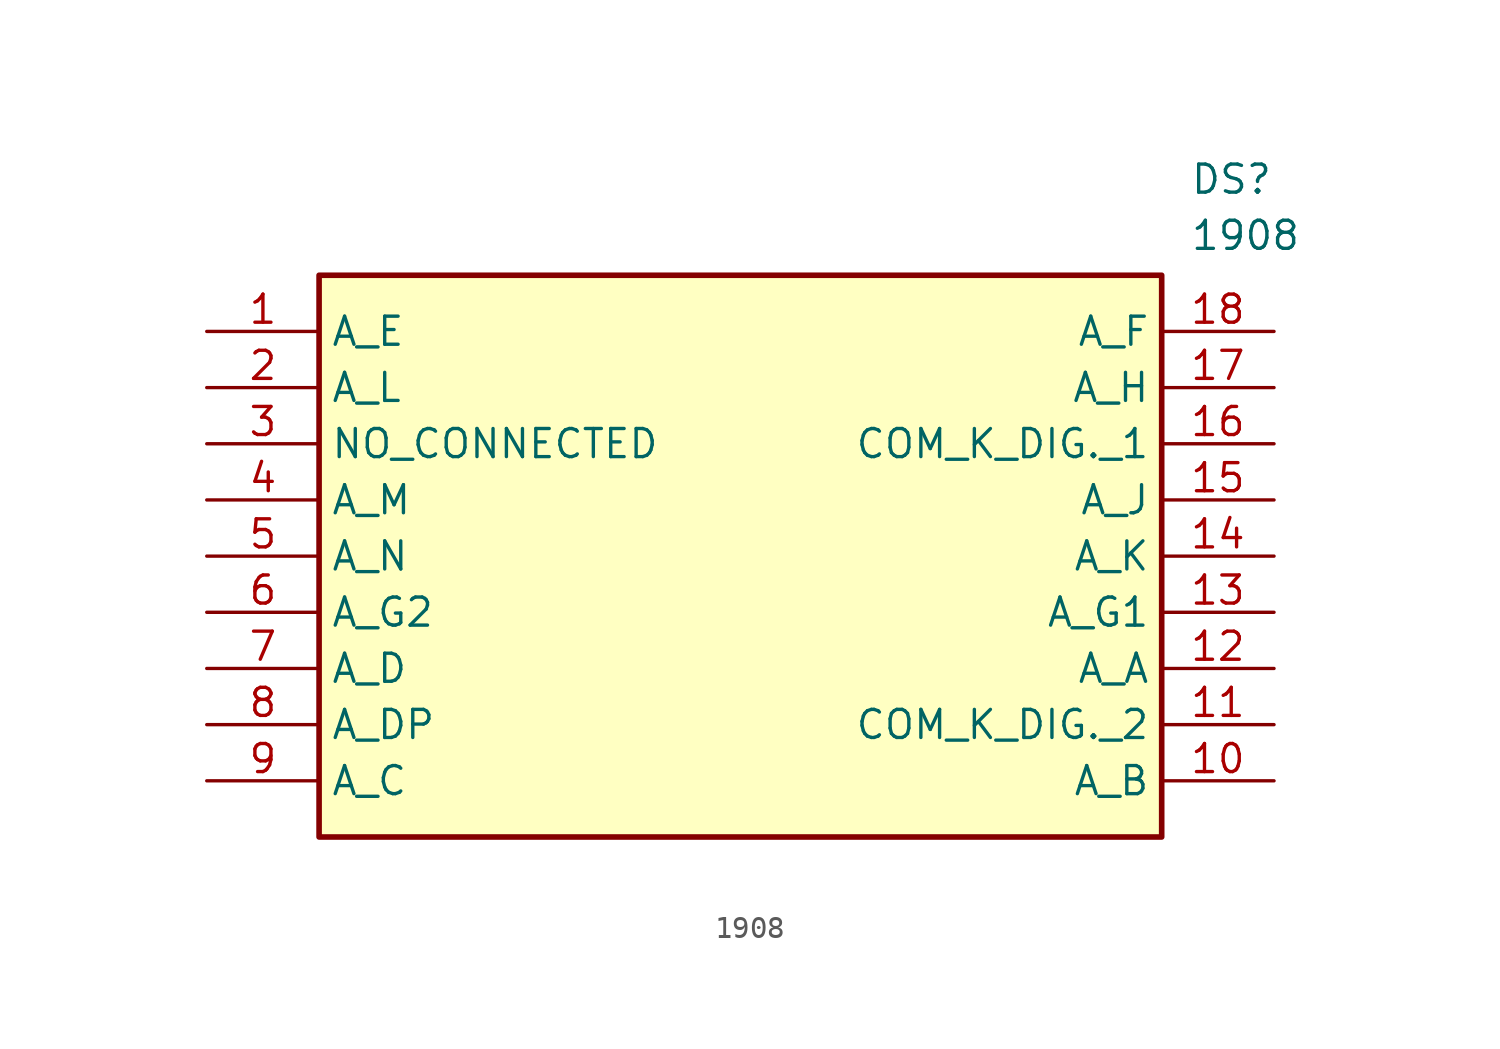
<source format=kicad_sym>
(kicad_symbol_lib
  (version 20211014)
  (generator SamacSys_ECAD_Model)
  (symbol "1908"
    (property "Reference" "DS"
      (at 44.45 7.62 0)
      (effects (font (size 1.27 1.27)) (justify left top)))
    (property "Value" "1908"
      (at 44.45 5.08 0)
      (effects (font (size 1.27 1.27)) (justify left top)))
    (rectangle
      (start 5.08 2.54)
      (end 43.18 -22.86)
      (stroke (width 0.254) (type default))
      (fill (type background)))
    (pin passive line
      (at 0 0 0)
      (length 5.08)
      (name "A_E" (effects (font (size 1.27 1.27))))
      (number "1" (effects (font (size 1.27 1.27)))))
    (pin passive line
      (at 0 -2.54 0)
      (length 5.08)
      (name "A_L" (effects (font (size 1.27 1.27))))
      (number "2" (effects (font (size 1.27 1.27)))))
    (pin passive line
      (at 0 -5.08 0)
      (length 5.08)
      (name "NO_CONNECTED" (effects (font (size 1.27 1.27))))
      (number "3" (effects (font (size 1.27 1.27)))))
    (pin passive line
      (at 0 -7.62 0)
      (length 5.08)
      (name "A_M" (effects (font (size 1.27 1.27))))
      (number "4" (effects (font (size 1.27 1.27)))))
    (pin passive line
      (at 0 -10.16 0)
      (length 5.08)
      (name "A_N" (effects (font (size 1.27 1.27))))
      (number "5" (effects (font (size 1.27 1.27)))))
    (pin passive line
      (at 0 -12.7 0)
      (length 5.08)
      (name "A_G2" (effects (font (size 1.27 1.27))))
      (number "6" (effects (font (size 1.27 1.27)))))
    (pin passive line
      (at 0 -15.24 0)
      (length 5.08)
      (name "A_D" (effects (font (size 1.27 1.27))))
      (number "7" (effects (font (size 1.27 1.27)))))
    (pin passive line
      (at 0 -17.78 0)
      (length 5.08)
      (name "A_DP" (effects (font (size 1.27 1.27))))
      (number "8" (effects (font (size 1.27 1.27)))))
    (pin passive line
      (at 0 -20.32 0)
      (length 5.08)
      (name "A_C" (effects (font (size 1.27 1.27))))
      (number "9" (effects (font (size 1.27 1.27)))))
    (pin passive line
      (at 48.26 -20.32 180)
      (length 5.08)
      (name "A_B" (effects (font (size 1.27 1.27))))
      (number "10" (effects (font (size 1.27 1.27)))))
    (pin passive line
      (at 48.26 -17.78 180)
      (length 5.08)
      (name "COM_K_DIG._2" (effects (font (size 1.27 1.27))))
      (number "11" (effects (font (size 1.27 1.27)))))
    (pin passive line
      (at 48.26 -15.24 180)
      (length 5.08)
      (name "A_A" (effects (font (size 1.27 1.27))))
      (number "12" (effects (font (size 1.27 1.27)))))
    (pin passive line
      (at 48.26 -12.7 180)
      (length 5.08)
      (name "A_G1" (effects (font (size 1.27 1.27))))
      (number "13" (effects (font (size 1.27 1.27)))))
    (pin passive line
      (at 48.26 -10.16 180)
      (length 5.08)
      (name "A_K" (effects (font (size 1.27 1.27))))
      (number "14" (effects (font (size 1.27 1.27)))))
    (pin passive line
      (at 48.26 -7.62 180)
      (length 5.08)
      (name "A_J" (effects (font (size 1.27 1.27))))
      (number "15" (effects (font (size 1.27 1.27)))))
    (pin passive line
      (at 48.26 -5.08 180)
      (length 5.08)
      (name "COM_K_DIG._1" (effects (font (size 1.27 1.27))))
      (number "16" (effects (font (size 1.27 1.27)))))
    (pin passive line
      (at 48.26 -2.54 180)
      (length 5.08)
      (name "A_H" (effects (font (size 1.27 1.27))))
      (number "17" (effects (font (size 1.27 1.27)))))
    (pin passive line
      (at 48.26 0 180)
      (length 5.08)
      (name "A_F" (effects (font (size 1.27 1.27))))
      (number "18" (effects (font (size 1.27 1.27)))))))
</source>
